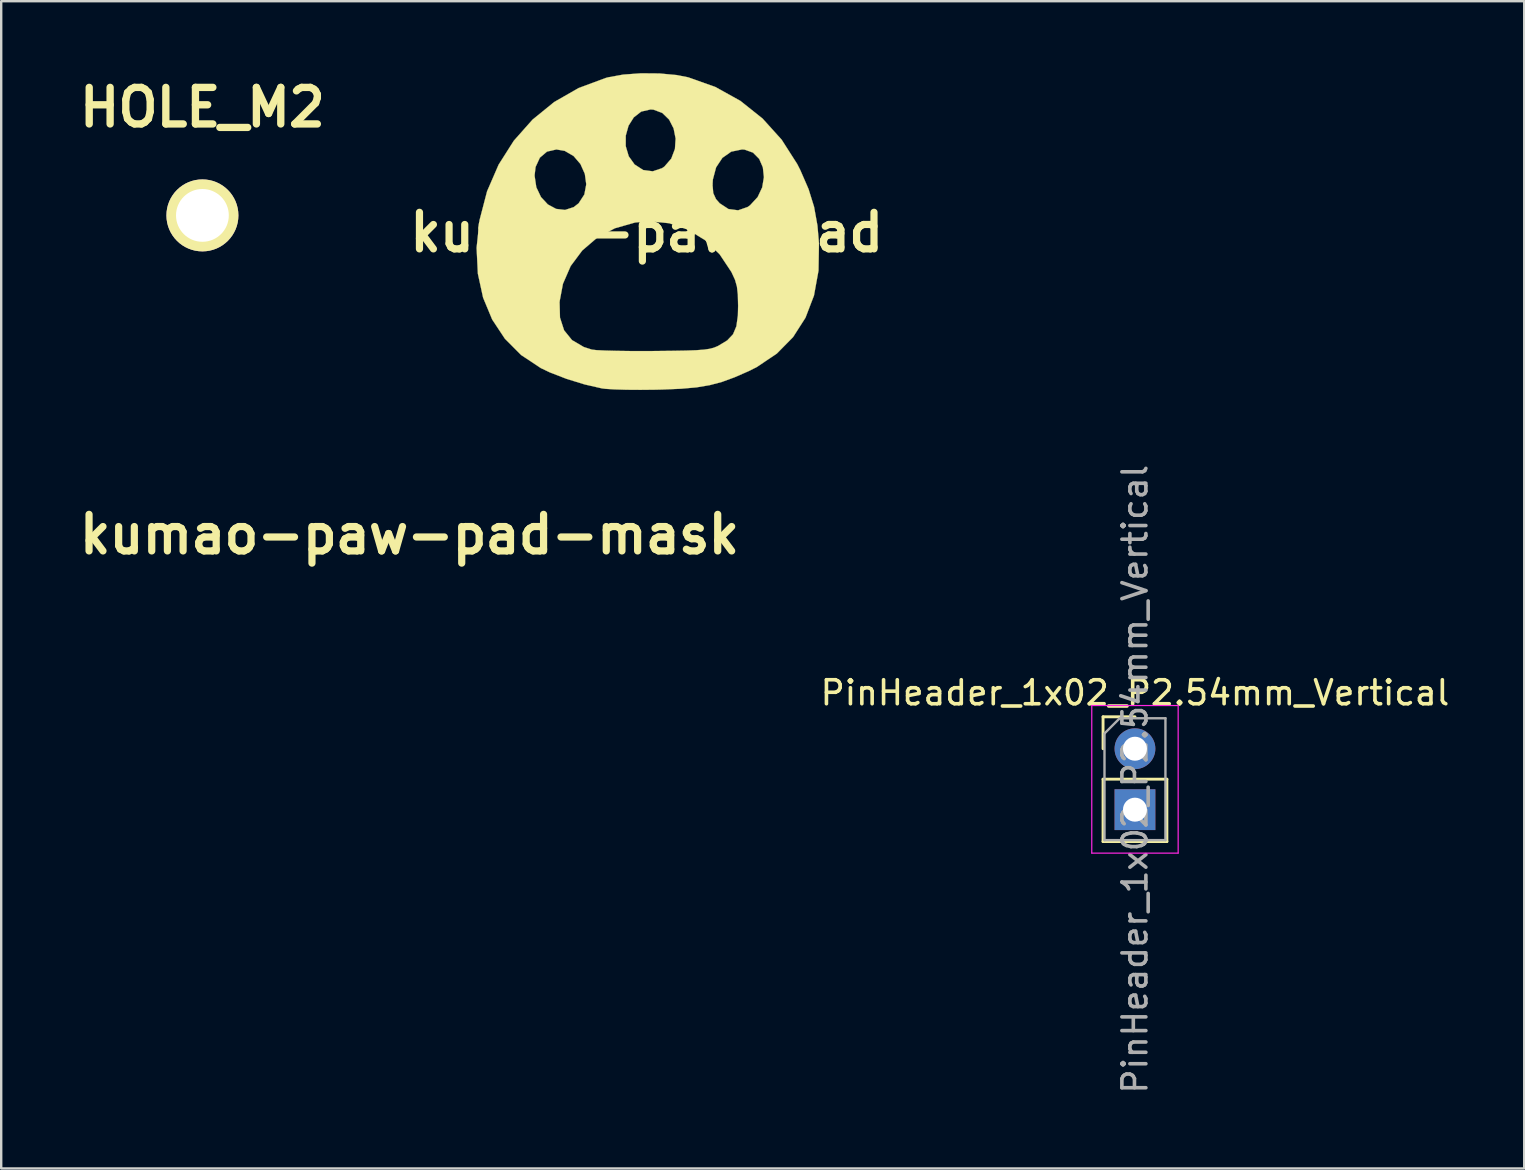
<source format=kicad_pcb>
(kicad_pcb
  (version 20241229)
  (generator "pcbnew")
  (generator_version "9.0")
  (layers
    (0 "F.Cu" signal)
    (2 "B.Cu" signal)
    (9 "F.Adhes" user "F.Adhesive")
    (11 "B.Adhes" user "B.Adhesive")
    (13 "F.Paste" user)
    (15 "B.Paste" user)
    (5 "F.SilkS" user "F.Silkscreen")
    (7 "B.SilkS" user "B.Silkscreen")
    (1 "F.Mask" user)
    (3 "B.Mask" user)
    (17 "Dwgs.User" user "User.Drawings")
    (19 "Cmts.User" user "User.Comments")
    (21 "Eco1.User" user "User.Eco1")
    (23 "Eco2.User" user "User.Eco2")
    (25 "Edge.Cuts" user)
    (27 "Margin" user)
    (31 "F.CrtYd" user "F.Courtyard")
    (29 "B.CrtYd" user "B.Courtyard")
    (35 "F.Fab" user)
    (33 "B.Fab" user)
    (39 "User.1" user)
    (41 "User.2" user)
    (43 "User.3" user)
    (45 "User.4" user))
  (footprint "kumao-paw-pad"
    (layer "F.Cu")
    (at 23.901 6.632)
    (property "Reference" "kumao-paw-pad" (at 0 0 0) (layer "F.SilkS") (effects (font (size 1.524 1.524) (thickness 0.3))))
    (attr through_hole)
    (fp_poly (pts (xy 0.528 -6.621) (xy 1.25 -6.554) (xy 1.727 -6.46) (xy 2.863 -6.056) (xy 3.902 -5.479) (xy 4.827 -4.742) (xy 5.623 -3.86) (xy 6.272 -2.845) (xy 6.401 -2.591) (xy 6.744 -1.802) (xy 6.974 -1.062) (xy 7.114 -0.284) (xy 7.178 0.457) (xy 7.158 1.598) (xy 6.97 2.633) (xy 6.616 3.557) (xy 6.099 4.365) (xy 5.422 5.052) (xy 4.587 5.613) (xy 4.247 5.784) (xy 3.664 6.039) (xy 3.14 6.231) (xy 2.626 6.368) (xy 2.071 6.461) (xy 1.428 6.518) (xy 0.648 6.551) (xy 0.356 6.558) (xy -0.258 6.564) (xy -0.838 6.56) (xy -1.339 6.545) (xy -1.712 6.522) (xy -1.863 6.504) (xy -2.587 6.338) (xy -3.341 6.106) (xy -4.038 5.836) (xy -4.417 5.655) (xy -5.234 5.113) (xy -5.911 4.433) (xy -6.441 3.632) (xy -6.75 2.889) (xy -3.632 2.889) (xy -3.615 3.552) (xy -3.443 4.084) (xy -3.113 4.491) (xy -2.622 4.779) (xy -2.286 4.887) (xy -2.097 4.909) (xy -1.74 4.926) (xy -1.247 4.939) (xy -0.653 4.947) (xy 0.009 4.948) (xy 0.305 4.946) (xy 1.057 4.938) (xy 1.635 4.928) (xy 2.069 4.912) (xy 2.387 4.888) (xy 2.62 4.854) (xy 2.797 4.808) (xy 2.947 4.746) (xy 2.991 4.724) (xy 3.355 4.503) (xy 3.596 4.248) (xy 3.736 3.915) (xy 3.799 3.458) (xy 3.808 3.066) (xy 3.797 2.598) (xy 3.759 2.261) (xy 3.68 1.98) (xy 3.543 1.683) (xy 3.525 1.647) (xy 3.037 0.914) (xy 2.426 0.323) (xy 1.718 -0.112) (xy 0.937 -0.379) (xy 0.108 -0.464) (xy -0.486 -0.409) (xy -1.327 -0.17) (xy -2.067 0.225) (xy -2.687 0.756) (xy -3.169 1.403) (xy -3.492 2.146) (xy -3.632 2.889) (xy -6.75 2.889) (xy -6.819 2.723) (xy -7.037 1.723) (xy -7.09 0.647) (xy -6.97 -0.489) (xy -6.967 -0.508) (xy -6.653 -1.712) (xy -6.369 -2.366) (xy -4.674 -2.366) (xy -4.601 -1.877) (xy -4.406 -1.469) (xy -4.12 -1.162) (xy -3.776 -0.977) (xy -3.406 -0.933) (xy -3.042 -1.051) (xy -2.837 -1.211) (xy -2.6 -1.577) (xy -2.524 -1.978) (xy 2.743 -1.978) (xy 2.772 -1.636) (xy 2.885 -1.388) (xy 3.04 -1.211) (xy 3.406 -0.971) (xy 3.808 -0.918) (xy 4.205 -1.056) (xy 4.306 -1.127) (xy 4.622 -1.469) (xy 4.812 -1.873) (xy 4.883 -2.299) (xy 4.839 -2.708) (xy 4.686 -3.062) (xy 4.43 -3.321) (xy 4.077 -3.448) (xy 3.967 -3.454) (xy 3.52 -3.362) (xy 3.152 -3.103) (xy 2.89 -2.706) (xy 2.756 -2.201) (xy 2.743 -1.978) (xy -2.524 -1.978) (xy -2.52 -2) (xy -2.58 -2.438) (xy -2.762 -2.845) (xy -3.047 -3.179) (xy -3.418 -3.395) (xy -3.764 -3.454) (xy -4.156 -3.364) (xy -4.453 -3.112) (xy -4.632 -2.724) (xy -4.674 -2.366) (xy -6.369 -2.366) (xy -6.172 -2.821) (xy -5.683 -3.591) (xy -0.875 -3.591) (xy -0.749 -3.168) (xy -0.508 -2.83) (xy -0.149 -2.597) (xy 0.251 -2.543) (xy 0.639 -2.674) (xy 0.735 -2.74) (xy 1.022 -3.071) (xy 1.175 -3.474) (xy 1.204 -3.907) (xy 1.12 -4.33) (xy 0.932 -4.699) (xy 0.65 -4.973) (xy 0.285 -5.112) (xy 0.158 -5.121) (xy -0.23 -5.032) (xy -0.539 -4.792) (xy -0.758 -4.445) (xy -0.874 -4.03) (xy -0.875 -3.591) (xy -5.683 -3.591) (xy -5.537 -3.82) (xy -4.761 -4.695) (xy -3.856 -5.431) (xy -2.836 -6.015) (xy -1.714 -6.431) (xy -1.613 -6.459) (xy -0.984 -6.573) (xy -0.244 -6.627) (xy 0.528 -6.621)) (stroke (width 0.01) (type solid)) (fill yes) (layer "F.SilkS")))
  (footprint "PinHeader_1x02_P2.54mm_Vertical"
    (layer "F.Cu")
    (at 44.247 28.151)
    (property "Reference" "PinHeader_1x02_P2.54mm_Vertical" (at 0 -2.33 0) (layer "F.SilkS") (effects (font (size 1 1) (thickness 0.15))))
    (attr through_hole)
    (fp_line (start -1.33 -1.33) (end 0 -1.33) (stroke (width 0.12) (type solid)) (layer "F.SilkS"))
    (fp_line (start -1.33 0) (end -1.33 -1.33) (stroke (width 0.12) (type solid)) (layer "F.SilkS"))
    (fp_line (start -1.33 1.27) (end -1.33 3.87) (stroke (width 0.12) (type solid)) (layer "F.SilkS"))
    (fp_line (start -1.33 1.27) (end 1.33 1.27) (stroke (width 0.12) (type solid)) (layer "F.SilkS"))
    (fp_line (start -1.33 3.87) (end 1.33 3.87) (stroke (width 0.12) (type solid)) (layer "F.SilkS"))
    (fp_line (start 1.33 1.27) (end 1.33 3.87) (stroke (width 0.12) (type solid)) (layer "F.SilkS"))
    (fp_line (start -1.8 -1.8) (end -1.8 4.35) (stroke (width 0.05) (type solid)) (layer "F.CrtYd"))
    (fp_line (start -1.8 4.35) (end 1.8 4.35) (stroke (width 0.05) (type solid)) (layer "F.CrtYd"))
    (fp_line (start 1.8 -1.8) (end -1.8 -1.8) (stroke (width 0.05) (type solid)) (layer "F.CrtYd"))
    (fp_line (start 1.8 4.35) (end 1.8 -1.8) (stroke (width 0.05) (type solid)) (layer "F.CrtYd"))
    (fp_line (start -1.27 -0.635) (end -0.635 -1.27) (stroke (width 0.1) (type solid)) (layer "F.Fab"))
    (fp_line (start -1.27 3.81) (end -1.27 -0.635) (stroke (width 0.1) (type solid)) (layer "F.Fab"))
    (fp_line (start -0.635 -1.27) (end 1.27 -1.27) (stroke (width 0.1) (type solid)) (layer "F.Fab"))
    (fp_line (start 1.27 -1.27) (end 1.27 3.81) (stroke (width 0.1) (type solid)) (layer "F.Fab"))
    (fp_line (start 1.27 3.81) (end -1.27 3.81) (stroke (width 0.1) (type solid)) (layer "F.Fab"))
    (fp_text user "${REFERENCE}" (at 0 1.27 90) (layer "F.Fab") (effects (font (size 1 1) (thickness 0.15))))
    (pad "1" thru_hole circle (at 0 0) (size 1.7 1.7) (drill 1) (layers "*.Cu" "*.Mask"))
    (pad "2" thru_hole rect (at 0 2.54) (size 1.7 1.7) (drill 1) (layers "*.Cu" "*.Mask")))
  (footprint "HOLE_M2"
    (layer "F.Cu")
    (at 5.385 5.926)
    (property "Reference" "HOLE_M2" (at 0 -4.5 0) (layer "F.SilkS") (effects (font (size 1.524 1.524) (thickness 0.305))))
    (attr through_hole)
    (pad "1" thru_hole circle (at 0 0) (size 3 3) (drill 2.2) (layers "*.Cu" "*.Mask" "F.SilkS")))
  (footprint "kumao-paw-pad-mask"
    (layer "F.Cu")
    (at 14.014 19.219)
    (property "Reference" "kumao-paw-pad-mask" (at 0 0 0) (layer "F.SilkS") (effects (font (size 1.524 1.524) (thickness 0.3))))
    (attr through_hole)
    (fp_poly (pts (xy 0.24 -3.009) (xy 0.568 -2.979) (xy 0.785 -2.936) (xy 1.301 -2.753) (xy 1.773 -2.49) (xy 2.194 -2.156) (xy 2.556 -1.755) (xy 2.851 -1.293) (xy 2.91 -1.178) (xy 3.065 -0.819) (xy 3.17 -0.483) (xy 3.234 -0.129) (xy 3.263 0.208) (xy 3.254 0.726) (xy 3.168 1.197) (xy 3.007 1.617) (xy 2.772 1.984) (xy 2.464 2.296) (xy 2.085 2.551) (xy 1.931 2.629) (xy 1.666 2.745) (xy 1.427 2.832) (xy 1.193 2.895) (xy 0.942 2.937) (xy 0.649 2.963) (xy 0.294 2.978) (xy 0.162 2.981) (xy -0.117 2.984) (xy -0.381 2.982) (xy -0.608 2.975) (xy -0.778 2.965) (xy -0.847 2.956) (xy -1.176 2.881) (xy -1.519 2.775) (xy -1.835 2.653) (xy -2.008 2.57) (xy -2.379 2.324) (xy -2.687 2.015) (xy -2.928 1.651) (xy -3.068 1.313) (xy -1.651 1.313) (xy -1.643 1.615) (xy -1.565 1.856) (xy -1.415 2.041) (xy -1.192 2.172) (xy -1.039 2.221) (xy -0.953 2.231) (xy -0.791 2.239) (xy -0.567 2.245) (xy -0.297 2.249) (xy 0.004 2.249) (xy 0.139 2.248) (xy 0.48 2.245) (xy 0.743 2.24) (xy 0.94 2.233) (xy 1.085 2.222) (xy 1.191 2.206) (xy 1.272 2.185) (xy 1.34 2.157) (xy 1.359 2.147) (xy 1.525 2.047) (xy 1.635 1.931) (xy 1.698 1.779) (xy 1.727 1.572) (xy 1.731 1.393) (xy 1.726 1.181) (xy 1.709 1.028) (xy 1.673 0.9) (xy 1.611 0.765) (xy 1.602 0.749) (xy 1.38 0.415) (xy 1.103 0.147) (xy 0.781 -0.051) (xy 0.426 -0.172) (xy 0.049 -0.211) (xy -0.221 -0.186) (xy -0.603 -0.077) (xy -0.94 0.102) (xy -1.222 0.344) (xy -1.44 0.638) (xy -1.587 0.975) (xy -1.651 1.313) (xy -3.068 1.313) (xy -3.1 1.238) (xy -3.199 0.783) (xy -3.223 0.294) (xy -3.168 -0.222) (xy -3.167 -0.231) (xy -3.024 -0.778) (xy -2.895 -1.076) (xy -2.124 -1.076) (xy -2.092 -0.853) (xy -2.003 -0.668) (xy -1.873 -0.528) (xy -1.716 -0.444) (xy -1.548 -0.424) (xy -1.383 -0.478) (xy -1.29 -0.551) (xy -1.182 -0.717) (xy -1.147 -0.899) (xy 1.247 -0.899) (xy 1.26 -0.744) (xy 1.311 -0.631) (xy 1.382 -0.551) (xy 1.548 -0.441) (xy 1.731 -0.417) (xy 1.911 -0.48) (xy 1.957 -0.512) (xy 2.101 -0.668) (xy 2.187 -0.851) (xy 2.219 -1.045) (xy 2.199 -1.231) (xy 2.13 -1.392) (xy 2.014 -1.51) (xy 1.853 -1.567) (xy 1.803 -1.57) (xy 1.6 -1.528) (xy 1.433 -1.41) (xy 1.314 -1.23) (xy 1.253 -1.001) (xy 1.247 -0.899) (xy -1.147 -0.899) (xy -1.146 -0.909) (xy -1.173 -1.108) (xy -1.255 -1.293) (xy -1.385 -1.445) (xy -1.553 -1.543) (xy -1.711 -1.57) (xy -1.889 -1.529) (xy -2.024 -1.414) (xy -2.105 -1.238) (xy -2.124 -1.076) (xy -2.895 -1.076) (xy -2.806 -1.282) (xy -2.583 -1.632) (xy -0.398 -1.632) (xy -0.34 -1.44) (xy -0.231 -1.286) (xy -0.068 -1.18) (xy 0.114 -1.156) (xy 0.291 -1.215) (xy 0.334 -1.245) (xy 0.464 -1.396) (xy 0.534 -1.579) (xy 0.547 -1.776) (xy 0.509 -1.968) (xy 0.424 -2.136) (xy 0.296 -2.261) (xy 0.13 -2.324) (xy 0.072 -2.328) (xy -0.104 -2.287) (xy -0.245 -2.178) (xy -0.345 -2.02) (xy -0.397 -1.832) (xy -0.398 -1.632) (xy -2.583 -1.632) (xy -2.517 -1.736) (xy -2.164 -2.134) (xy -1.753 -2.469) (xy -1.289 -2.734) (xy -0.779 -2.923) (xy -0.733 -2.936) (xy -0.447 -2.988) (xy -0.111 -3.012) (xy 0.24 -3.009)) (stroke (width 0.01) (type solid)) (fill yes) (layer "F.Mask")))
  (gr_rect
    (start -3 -3)
    (end 60.468 45.642)
    (stroke (width 0.1) (type default))
    (fill no)
    (layer "Edge.Cuts")))
</source>
